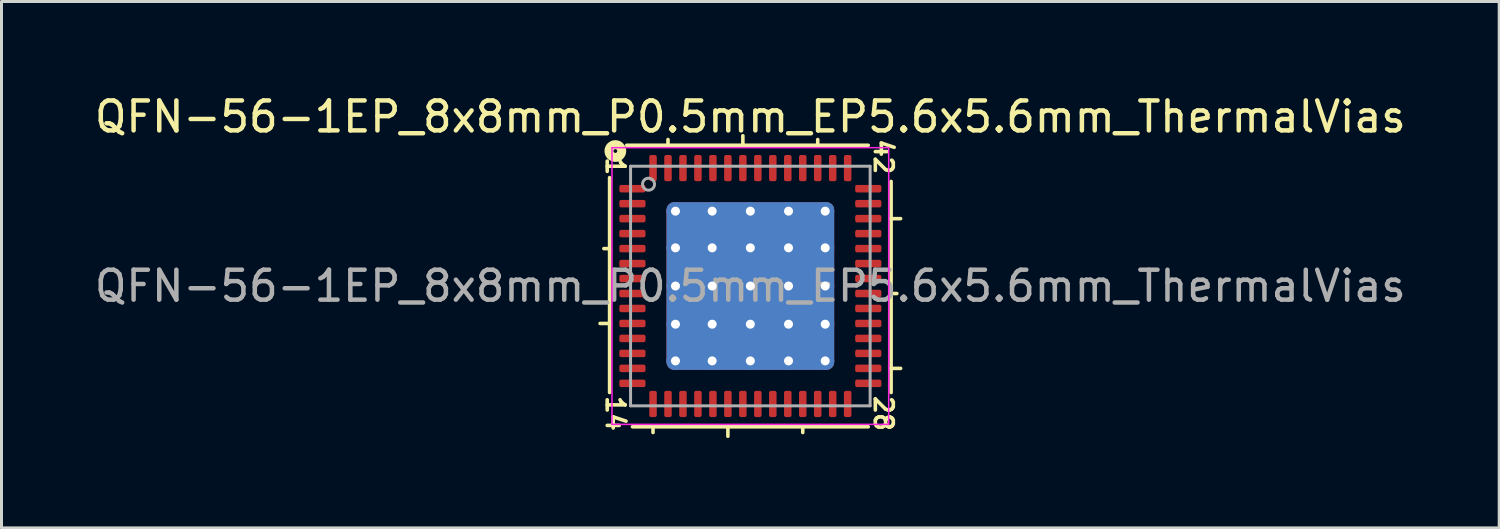
<source format=kicad_pcb>
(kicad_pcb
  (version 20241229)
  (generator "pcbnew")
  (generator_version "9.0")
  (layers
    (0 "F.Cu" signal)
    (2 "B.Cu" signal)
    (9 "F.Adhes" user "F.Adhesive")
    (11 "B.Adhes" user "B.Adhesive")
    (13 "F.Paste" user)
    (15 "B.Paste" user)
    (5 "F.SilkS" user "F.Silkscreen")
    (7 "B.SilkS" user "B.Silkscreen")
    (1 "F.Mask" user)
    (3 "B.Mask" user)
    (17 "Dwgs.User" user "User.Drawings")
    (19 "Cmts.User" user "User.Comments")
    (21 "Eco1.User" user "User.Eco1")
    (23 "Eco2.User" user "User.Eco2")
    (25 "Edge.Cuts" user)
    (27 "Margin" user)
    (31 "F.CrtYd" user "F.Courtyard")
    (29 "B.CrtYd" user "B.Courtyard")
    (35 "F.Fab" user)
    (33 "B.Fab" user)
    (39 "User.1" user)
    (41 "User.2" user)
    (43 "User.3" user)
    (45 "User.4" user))
  (footprint "QFN-56-1EP_8x8mm_P0.5mm_EP5.6x5.6mm_ThermalVias"
    (layer "F.Cu")
    (at 22.006 6.501)
    (property "Reference" "QFN-56-1EP_8x8mm_P0.5mm_EP5.6x5.6mm_ThermalVias" (at 0 -5.652 0) (layer "F.SilkS") (effects (font (size 1 1) (thickness 0.15))))
    (attr smd)
    (fp_line (start -4.7 -3.619) (end -4.7 3.556) (stroke (width 0.12) (type solid)) (layer "F.SilkS"))
    (fp_line (start -4.7 -1.25) (end -4.891 -1.25) (stroke (width 0.12) (type solid)) (layer "F.SilkS"))
    (fp_line (start -4.7 1.25) (end -5.018 1.25) (stroke (width 0.12) (type solid)) (layer "F.SilkS"))
    (fp_line (start -3.937 4.7) (end 3.937 4.7) (stroke (width 0.12) (type solid)) (layer "F.SilkS"))
    (fp_line (start -3.25 4.891) (end -3.25 4.7) (stroke (width 0.12) (type solid)) (layer "F.SilkS"))
    (fp_line (start -2.75 -4.7) (end -2.75 -4.891) (stroke (width 0.12) (type solid)) (layer "F.SilkS"))
    (fp_line (start -0.75 5.018) (end -0.75 4.7) (stroke (width 0.12) (type solid)) (layer "F.SilkS"))
    (fp_line (start -0.25 -4.7) (end -0.25 -5.018) (stroke (width 0.12) (type solid)) (layer "F.SilkS"))
    (fp_line (start 1.75 4.891) (end 1.75 4.7) (stroke (width 0.12) (type solid)) (layer "F.SilkS"))
    (fp_line (start 2.25 -4.7) (end 2.25 -4.891) (stroke (width 0.12) (type solid)) (layer "F.SilkS"))
    (fp_line (start 3.937 -4.7) (end -4.128 -4.7) (stroke (width 0.12) (type solid)) (layer "F.SilkS"))
    (fp_line (start 4.7 -2.25) (end 5.018 -2.25) (stroke (width 0.12) (type solid)) (layer "F.SilkS"))
    (fp_line (start 4.7 0.25) (end 4.891 0.25) (stroke (width 0.12) (type solid)) (layer "F.SilkS"))
    (fp_line (start 4.7 2.75) (end 5.018 2.75) (stroke (width 0.12) (type solid)) (layer "F.SilkS"))
    (fp_line (start 4.7 3.556) (end 4.7 -3.493) (stroke (width 0.12) (type solid)) (layer "F.SilkS"))
    (fp_circle (center -4.508 -4.508) (end -4.445 -4.508) (stroke (width 0.3) (type solid)) (fill no) (layer "F.SilkS"))
    (fp_line (start -4.62 -4.62) (end -4.62 4.62) (stroke (width 0.05) (type solid)) (layer "F.CrtYd"))
    (fp_line (start -4.62 4.62) (end 4.62 4.62) (stroke (width 0.05) (type solid)) (layer "F.CrtYd"))
    (fp_line (start 4.62 -4.62) (end -4.62 -4.62) (stroke (width 0.05) (type solid)) (layer "F.CrtYd"))
    (fp_line (start 4.62 4.62) (end 4.62 -4.62) (stroke (width 0.05) (type solid)) (layer "F.CrtYd"))
    (fp_line (start -4 -4) (end 4 -4) (stroke (width 0.1) (type solid)) (layer "F.Fab"))
    (fp_line (start -4 4) (end -4 -4) (stroke (width 0.1) (type solid)) (layer "F.Fab"))
    (fp_line (start 4 -4) (end 4 4) (stroke (width 0.1) (type solid)) (layer "F.Fab"))
    (fp_line (start 4 4) (end -4 4) (stroke (width 0.1) (type solid)) (layer "F.Fab"))
    (fp_circle (center -3.4 -3.4) (end -3.2 -3.4) (stroke (width 0.1) (type solid)) (fill no) (layer "F.Fab"))
    (fp_text user "14" (at -4.508 4.255 270) (unlocked yes) (layer "F.SilkS") (effects (font (size 0.6 0.6) (thickness 0.12))))
    (fp_text user "42" (at 4.445 -4.318 270) (unlocked yes) (layer "F.SilkS") (effects (font (size 0.6 0.6) (thickness 0.12))))
    (fp_text user "28" (at 4.445 4.255 270) (unlocked yes) (layer "F.SilkS") (effects (font (size 0.6 0.6) (thickness 0.12))))
    (fp_text user "1" (at -4.508 -4 270) (unlocked yes) (layer "F.SilkS") (effects (font (size 0.6 0.6) (thickness 0.12))))
    (fp_text user "${REFERENCE}" (at 0 0 0) (layer "F.Fab") (effects (font (size 1 1) (thickness 0.15))))
    (pad "" smd roundrect (at -1.913 -1.913) (size 1.084 1.084) (layers "F.Paste") (roundrect_rratio 0.231))
    (pad "" smd roundrect (at -1.913 -0.637) (size 1.084 1.084) (layers "F.Paste") (roundrect_rratio 0.231))
    (pad "" smd roundrect (at -1.913 0.637) (size 1.084 1.084) (layers "F.Paste") (roundrect_rratio 0.231))
    (pad "" smd roundrect (at -1.913 1.913) (size 1.084 1.084) (layers "F.Paste") (roundrect_rratio 0.231))
    (pad "" smd roundrect (at -0.637 -1.913) (size 1.084 1.084) (layers "F.Paste") (roundrect_rratio 0.231))
    (pad "" smd roundrect (at -0.637 -0.637) (size 1.084 1.084) (layers "F.Paste") (roundrect_rratio 0.231))
    (pad "" smd roundrect (at -0.637 0.637) (size 1.084 1.084) (layers "F.Paste") (roundrect_rratio 0.231))
    (pad "" smd roundrect (at -0.637 1.913) (size 1.084 1.084) (layers "F.Paste") (roundrect_rratio 0.231))
    (pad "" smd roundrect (at 0.637 -1.913) (size 1.084 1.084) (layers "F.Paste") (roundrect_rratio 0.231))
    (pad "" smd roundrect (at 0.637 -0.637) (size 1.084 1.084) (layers "F.Paste") (roundrect_rratio 0.231))
    (pad "" smd roundrect (at 0.637 0.637) (size 1.084 1.084) (layers "F.Paste") (roundrect_rratio 0.231))
    (pad "" smd roundrect (at 0.637 1.913) (size 1.084 1.084) (layers "F.Paste") (roundrect_rratio 0.231))
    (pad "" smd roundrect (at 1.913 -1.913) (size 1.084 1.084) (layers "F.Paste") (roundrect_rratio 0.231))
    (pad "" smd roundrect (at 1.913 -0.637) (size 1.084 1.084) (layers "F.Paste") (roundrect_rratio 0.231))
    (pad "" smd roundrect (at 1.913 0.637) (size 1.084 1.084) (layers "F.Paste") (roundrect_rratio 0.231))
    (pad "" smd roundrect (at 1.913 1.913) (size 1.084 1.084) (layers "F.Paste") (roundrect_rratio 0.231))
    (pad "1" smd roundrect (at -3.938 -3.25) (size 0.875 0.25) (layers "F.Cu" "F.Mask" "F.Paste") (roundrect_rratio 0.25))
    (pad "2" smd roundrect (at -3.938 -2.75) (size 0.875 0.25) (layers "F.Cu" "F.Mask" "F.Paste") (roundrect_rratio 0.25))
    (pad "3" smd roundrect (at -3.938 -2.25) (size 0.875 0.25) (layers "F.Cu" "F.Mask" "F.Paste") (roundrect_rratio 0.25))
    (pad "4" smd roundrect (at -3.938 -1.75) (size 0.875 0.25) (layers "F.Cu" "F.Mask" "F.Paste") (roundrect_rratio 0.25))
    (pad "5" smd roundrect (at -3.938 -1.25) (size 0.875 0.25) (layers "F.Cu" "F.Mask" "F.Paste") (roundrect_rratio 0.25))
    (pad "6" smd roundrect (at -3.938 -0.75) (size 0.875 0.25) (layers "F.Cu" "F.Mask" "F.Paste") (roundrect_rratio 0.25))
    (pad "7" smd roundrect (at -3.938 -0.25) (size 0.875 0.25) (layers "F.Cu" "F.Mask" "F.Paste") (roundrect_rratio 0.25))
    (pad "8" smd roundrect (at -3.938 0.25) (size 0.875 0.25) (layers "F.Cu" "F.Mask" "F.Paste") (roundrect_rratio 0.25))
    (pad "9" smd roundrect (at -3.938 0.75) (size 0.875 0.25) (layers "F.Cu" "F.Mask" "F.Paste") (roundrect_rratio 0.25))
    (pad "10" smd roundrect (at -3.938 1.25) (size 0.875 0.25) (layers "F.Cu" "F.Mask" "F.Paste") (roundrect_rratio 0.25))
    (pad "11" smd roundrect (at -3.938 1.75) (size 0.875 0.25) (layers "F.Cu" "F.Mask" "F.Paste") (roundrect_rratio 0.25))
    (pad "12" smd roundrect (at -3.938 2.25) (size 0.875 0.25) (layers "F.Cu" "F.Mask" "F.Paste") (roundrect_rratio 0.25))
    (pad "13" smd roundrect (at -3.938 2.75) (size 0.875 0.25) (layers "F.Cu" "F.Mask" "F.Paste") (roundrect_rratio 0.25))
    (pad "14" smd roundrect (at -3.938 3.25) (size 0.875 0.25) (layers "F.Cu" "F.Mask" "F.Paste") (roundrect_rratio 0.25))
    (pad "15" smd roundrect (at -3.25 3.938) (size 0.25 0.875) (layers "F.Cu" "F.Mask" "F.Paste") (roundrect_rratio 0.25))
    (pad "16" smd roundrect (at -2.75 3.938) (size 0.25 0.875) (layers "F.Cu" "F.Mask" "F.Paste") (roundrect_rratio 0.25))
    (pad "17" smd roundrect (at -2.25 3.938) (size 0.25 0.875) (layers "F.Cu" "F.Mask" "F.Paste") (roundrect_rratio 0.25))
    (pad "18" smd roundrect (at -1.75 3.938) (size 0.25 0.875) (layers "F.Cu" "F.Mask" "F.Paste") (roundrect_rratio 0.25))
    (pad "19" smd roundrect (at -1.25 3.938) (size 0.25 0.875) (layers "F.Cu" "F.Mask" "F.Paste") (roundrect_rratio 0.25))
    (pad "20" smd roundrect (at -0.75 3.938) (size 0.25 0.875) (layers "F.Cu" "F.Mask" "F.Paste") (roundrect_rratio 0.25))
    (pad "21" smd roundrect (at -0.25 3.938) (size 0.25 0.875) (layers "F.Cu" "F.Mask" "F.Paste") (roundrect_rratio 0.25))
    (pad "22" smd roundrect (at 0.25 3.938) (size 0.25 0.875) (layers "F.Cu" "F.Mask" "F.Paste") (roundrect_rratio 0.25))
    (pad "23" smd roundrect (at 0.75 3.938) (size 0.25 0.875) (layers "F.Cu" "F.Mask" "F.Paste") (roundrect_rratio 0.25))
    (pad "24" smd roundrect (at 1.25 3.938) (size 0.25 0.875) (layers "F.Cu" "F.Mask" "F.Paste") (roundrect_rratio 0.25))
    (pad "25" smd roundrect (at 1.75 3.938) (size 0.25 0.875) (layers "F.Cu" "F.Mask" "F.Paste") (roundrect_rratio 0.25))
    (pad "26" smd roundrect (at 2.25 3.938) (size 0.25 0.875) (layers "F.Cu" "F.Mask" "F.Paste") (roundrect_rratio 0.25))
    (pad "27" smd roundrect (at 2.75 3.938) (size 0.25 0.875) (layers "F.Cu" "F.Mask" "F.Paste") (roundrect_rratio 0.25))
    (pad "28" smd roundrect (at 3.25 3.938) (size 0.25 0.875) (layers "F.Cu" "F.Mask" "F.Paste") (roundrect_rratio 0.25))
    (pad "29" smd roundrect (at 3.938 3.25) (size 0.875 0.25) (layers "F.Cu" "F.Mask" "F.Paste") (roundrect_rratio 0.25))
    (pad "30" smd roundrect (at 3.938 2.75) (size 0.875 0.25) (layers "F.Cu" "F.Mask" "F.Paste") (roundrect_rratio 0.25))
    (pad "31" smd roundrect (at 3.938 2.25) (size 0.875 0.25) (layers "F.Cu" "F.Mask" "F.Paste") (roundrect_rratio 0.25))
    (pad "32" smd roundrect (at 3.938 1.75) (size 0.875 0.25) (layers "F.Cu" "F.Mask" "F.Paste") (roundrect_rratio 0.25))
    (pad "33" smd roundrect (at 3.938 1.25) (size 0.875 0.25) (layers "F.Cu" "F.Mask" "F.Paste") (roundrect_rratio 0.25))
    (pad "34" smd roundrect (at 3.938 0.75) (size 0.875 0.25) (layers "F.Cu" "F.Mask" "F.Paste") (roundrect_rratio 0.25))
    (pad "35" smd roundrect (at 3.938 0.25) (size 0.875 0.25) (layers "F.Cu" "F.Mask" "F.Paste") (roundrect_rratio 0.25))
    (pad "36" smd roundrect (at 3.938 -0.25) (size 0.875 0.25) (layers "F.Cu" "F.Mask" "F.Paste") (roundrect_rratio 0.25))
    (pad "37" smd roundrect (at 3.938 -0.75) (size 0.875 0.25) (layers "F.Cu" "F.Mask" "F.Paste") (roundrect_rratio 0.25))
    (pad "38" smd roundrect (at 3.938 -1.25) (size 0.875 0.25) (layers "F.Cu" "F.Mask" "F.Paste") (roundrect_rratio 0.25))
    (pad "39" smd roundrect (at 3.938 -1.75) (size 0.875 0.25) (layers "F.Cu" "F.Mask" "F.Paste") (roundrect_rratio 0.25))
    (pad "40" smd roundrect (at 3.938 -2.25) (size 0.875 0.25) (layers "F.Cu" "F.Mask" "F.Paste") (roundrect_rratio 0.25))
    (pad "41" smd roundrect (at 3.938 -2.75) (size 0.875 0.25) (layers "F.Cu" "F.Mask" "F.Paste") (roundrect_rratio 0.25))
    (pad "42" smd roundrect (at 3.938 -3.25) (size 0.875 0.25) (layers "F.Cu" "F.Mask" "F.Paste") (roundrect_rratio 0.25))
    (pad "43" smd roundrect (at 3.25 -3.938) (size 0.25 0.875) (layers "F.Cu" "F.Mask" "F.Paste") (roundrect_rratio 0.25))
    (pad "44" smd roundrect (at 2.75 -3.938) (size 0.25 0.875) (layers "F.Cu" "F.Mask" "F.Paste") (roundrect_rratio 0.25))
    (pad "45" smd roundrect (at 2.25 -3.938) (size 0.25 0.875) (layers "F.Cu" "F.Mask" "F.Paste") (roundrect_rratio 0.25))
    (pad "46" smd roundrect (at 1.75 -3.938) (size 0.25 0.875) (layers "F.Cu" "F.Mask" "F.Paste") (roundrect_rratio 0.25))
    (pad "47" smd roundrect (at 1.25 -3.938) (size 0.25 0.875) (layers "F.Cu" "F.Mask" "F.Paste") (roundrect_rratio 0.25))
    (pad "48" smd roundrect (at 0.75 -3.938) (size 0.25 0.875) (layers "F.Cu" "F.Mask" "F.Paste") (roundrect_rratio 0.25))
    (pad "49" smd roundrect (at 0.25 -3.938) (size 0.25 0.875) (layers "F.Cu" "F.Mask" "F.Paste") (roundrect_rratio 0.25))
    (pad "50" smd roundrect (at -0.25 -3.938) (size 0.25 0.875) (layers "F.Cu" "F.Mask" "F.Paste") (roundrect_rratio 0.25))
    (pad "51" smd roundrect (at -0.75 -3.938) (size 0.25 0.875) (layers "F.Cu" "F.Mask" "F.Paste") (roundrect_rratio 0.25))
    (pad "52" smd roundrect (at -1.25 -3.938) (size 0.25 0.875) (layers "F.Cu" "F.Mask" "F.Paste") (roundrect_rratio 0.25))
    (pad "53" smd roundrect (at -1.75 -3.938) (size 0.25 0.875) (layers "F.Cu" "F.Mask" "F.Paste") (roundrect_rratio 0.25))
    (pad "54" smd roundrect (at -2.25 -3.938) (size 0.25 0.875) (layers "F.Cu" "F.Mask" "F.Paste") (roundrect_rratio 0.25))
    (pad "55" smd roundrect (at -2.75 -3.938) (size 0.25 0.875) (layers "F.Cu" "F.Mask" "F.Paste") (roundrect_rratio 0.25))
    (pad "56" smd roundrect (at -3.25 -3.938) (size 0.25 0.875) (layers "F.Cu" "F.Mask" "F.Paste") (roundrect_rratio 0.25))
    (pad "57" thru_hole circle (at -2.5 -2.5) (size 0.6 0.6) (drill 0.3) (property pad_prop_heatsink) (layers "*.Cu"))
    (pad "57" thru_hole circle (at -2.5 -1.275) (size 0.6 0.6) (drill 0.3) (property pad_prop_heatsink) (layers "*.Cu"))
    (pad "57" thru_hole circle (at -2.5 0) (size 0.6 0.6) (drill 0.3) (property pad_prop_heatsink) (layers "*.Cu"))
    (pad "57" thru_hole circle (at -2.5 1.275) (size 0.6 0.6) (drill 0.3) (property pad_prop_heatsink) (layers "*.Cu"))
    (pad "57" thru_hole circle (at -2.5 2.5) (size 0.6 0.6) (drill 0.3) (property pad_prop_heatsink) (layers "*.Cu"))
    (pad "57" thru_hole circle (at -1.275 -2.5) (size 0.6 0.6) (drill 0.3) (property pad_prop_heatsink) (layers "*.Cu"))
    (pad "57" thru_hole circle (at -1.275 -1.275) (size 0.6 0.6) (drill 0.3) (property pad_prop_heatsink) (layers "*.Cu"))
    (pad "57" thru_hole circle (at -1.275 0) (size 0.6 0.6) (drill 0.3) (property pad_prop_heatsink) (layers "*.Cu"))
    (pad "57" thru_hole circle (at -1.275 1.275) (size 0.6 0.6) (drill 0.3) (property pad_prop_heatsink) (layers "*.Cu"))
    (pad "57" thru_hole circle (at -1.275 2.5) (size 0.6 0.6) (drill 0.3) (property pad_prop_heatsink) (layers "*.Cu"))
    (pad "57" thru_hole circle (at 0 -2.5) (size 0.6 0.6) (drill 0.3) (property pad_prop_heatsink) (layers "*.Cu"))
    (pad "57" thru_hole circle (at 0 -1.275) (size 0.6 0.6) (drill 0.3) (property pad_prop_heatsink) (layers "*.Cu"))
    (pad "57" thru_hole circle (at 0 0) (size 0.6 0.6) (drill 0.3) (property pad_prop_heatsink) (layers "*.Cu"))
    (pad "57" smd roundrect (at 0 0) (size 5.6 5.6) (layers "F.Cu" "F.Mask") (roundrect_rratio 0.045))
    (pad "57" smd roundrect (at 0 0) (size 5.6 5.6) (layers "B.Cu" "B.Mask") (roundrect_rratio 0.045))
    (pad "57" thru_hole circle (at 0 1.275) (size 0.6 0.6) (drill 0.3) (property pad_prop_heatsink) (layers "*.Cu"))
    (pad "57" thru_hole circle (at 0 2.5) (size 0.6 0.6) (drill 0.3) (property pad_prop_heatsink) (layers "*.Cu"))
    (pad "57" thru_hole circle (at 1.275 -2.5) (size 0.6 0.6) (drill 0.3) (property pad_prop_heatsink) (layers "*.Cu"))
    (pad "57" thru_hole circle (at 1.275 -1.275) (size 0.6 0.6) (drill 0.3) (property pad_prop_heatsink) (layers "*.Cu"))
    (pad "57" thru_hole circle (at 1.275 0) (size 0.6 0.6) (drill 0.3) (property pad_prop_heatsink) (layers "*.Cu"))
    (pad "57" thru_hole circle (at 1.275 1.275) (size 0.6 0.6) (drill 0.3) (property pad_prop_heatsink) (layers "*.Cu"))
    (pad "57" thru_hole circle (at 1.275 2.5) (size 0.6 0.6) (drill 0.3) (property pad_prop_heatsink) (layers "*.Cu"))
    (pad "57" thru_hole circle (at 2.5 -2.5) (size 0.6 0.6) (drill 0.3) (property pad_prop_heatsink) (layers "*.Cu"))
    (pad "57" thru_hole circle (at 2.5 -1.275) (size 0.6 0.6) (drill 0.3) (property pad_prop_heatsink) (layers "*.Cu"))
    (pad "57" thru_hole circle (at 2.5 0) (size 0.6 0.6) (drill 0.3) (property pad_prop_heatsink) (layers "*.Cu"))
    (pad "57" thru_hole circle (at 2.5 1.275) (size 0.6 0.6) (drill 0.3) (property pad_prop_heatsink) (layers "*.Cu"))
    (pad "57" thru_hole circle (at 2.5 2.5) (size 0.6 0.6) (drill 0.3) (property pad_prop_heatsink) (layers "*.Cu")))
  (gr_rect
    (start -3 -3)
    (end 47.012 14.578)
    (stroke (width 0.1) (type default))
    (fill no)
    (layer "Edge.Cuts")))
</source>
